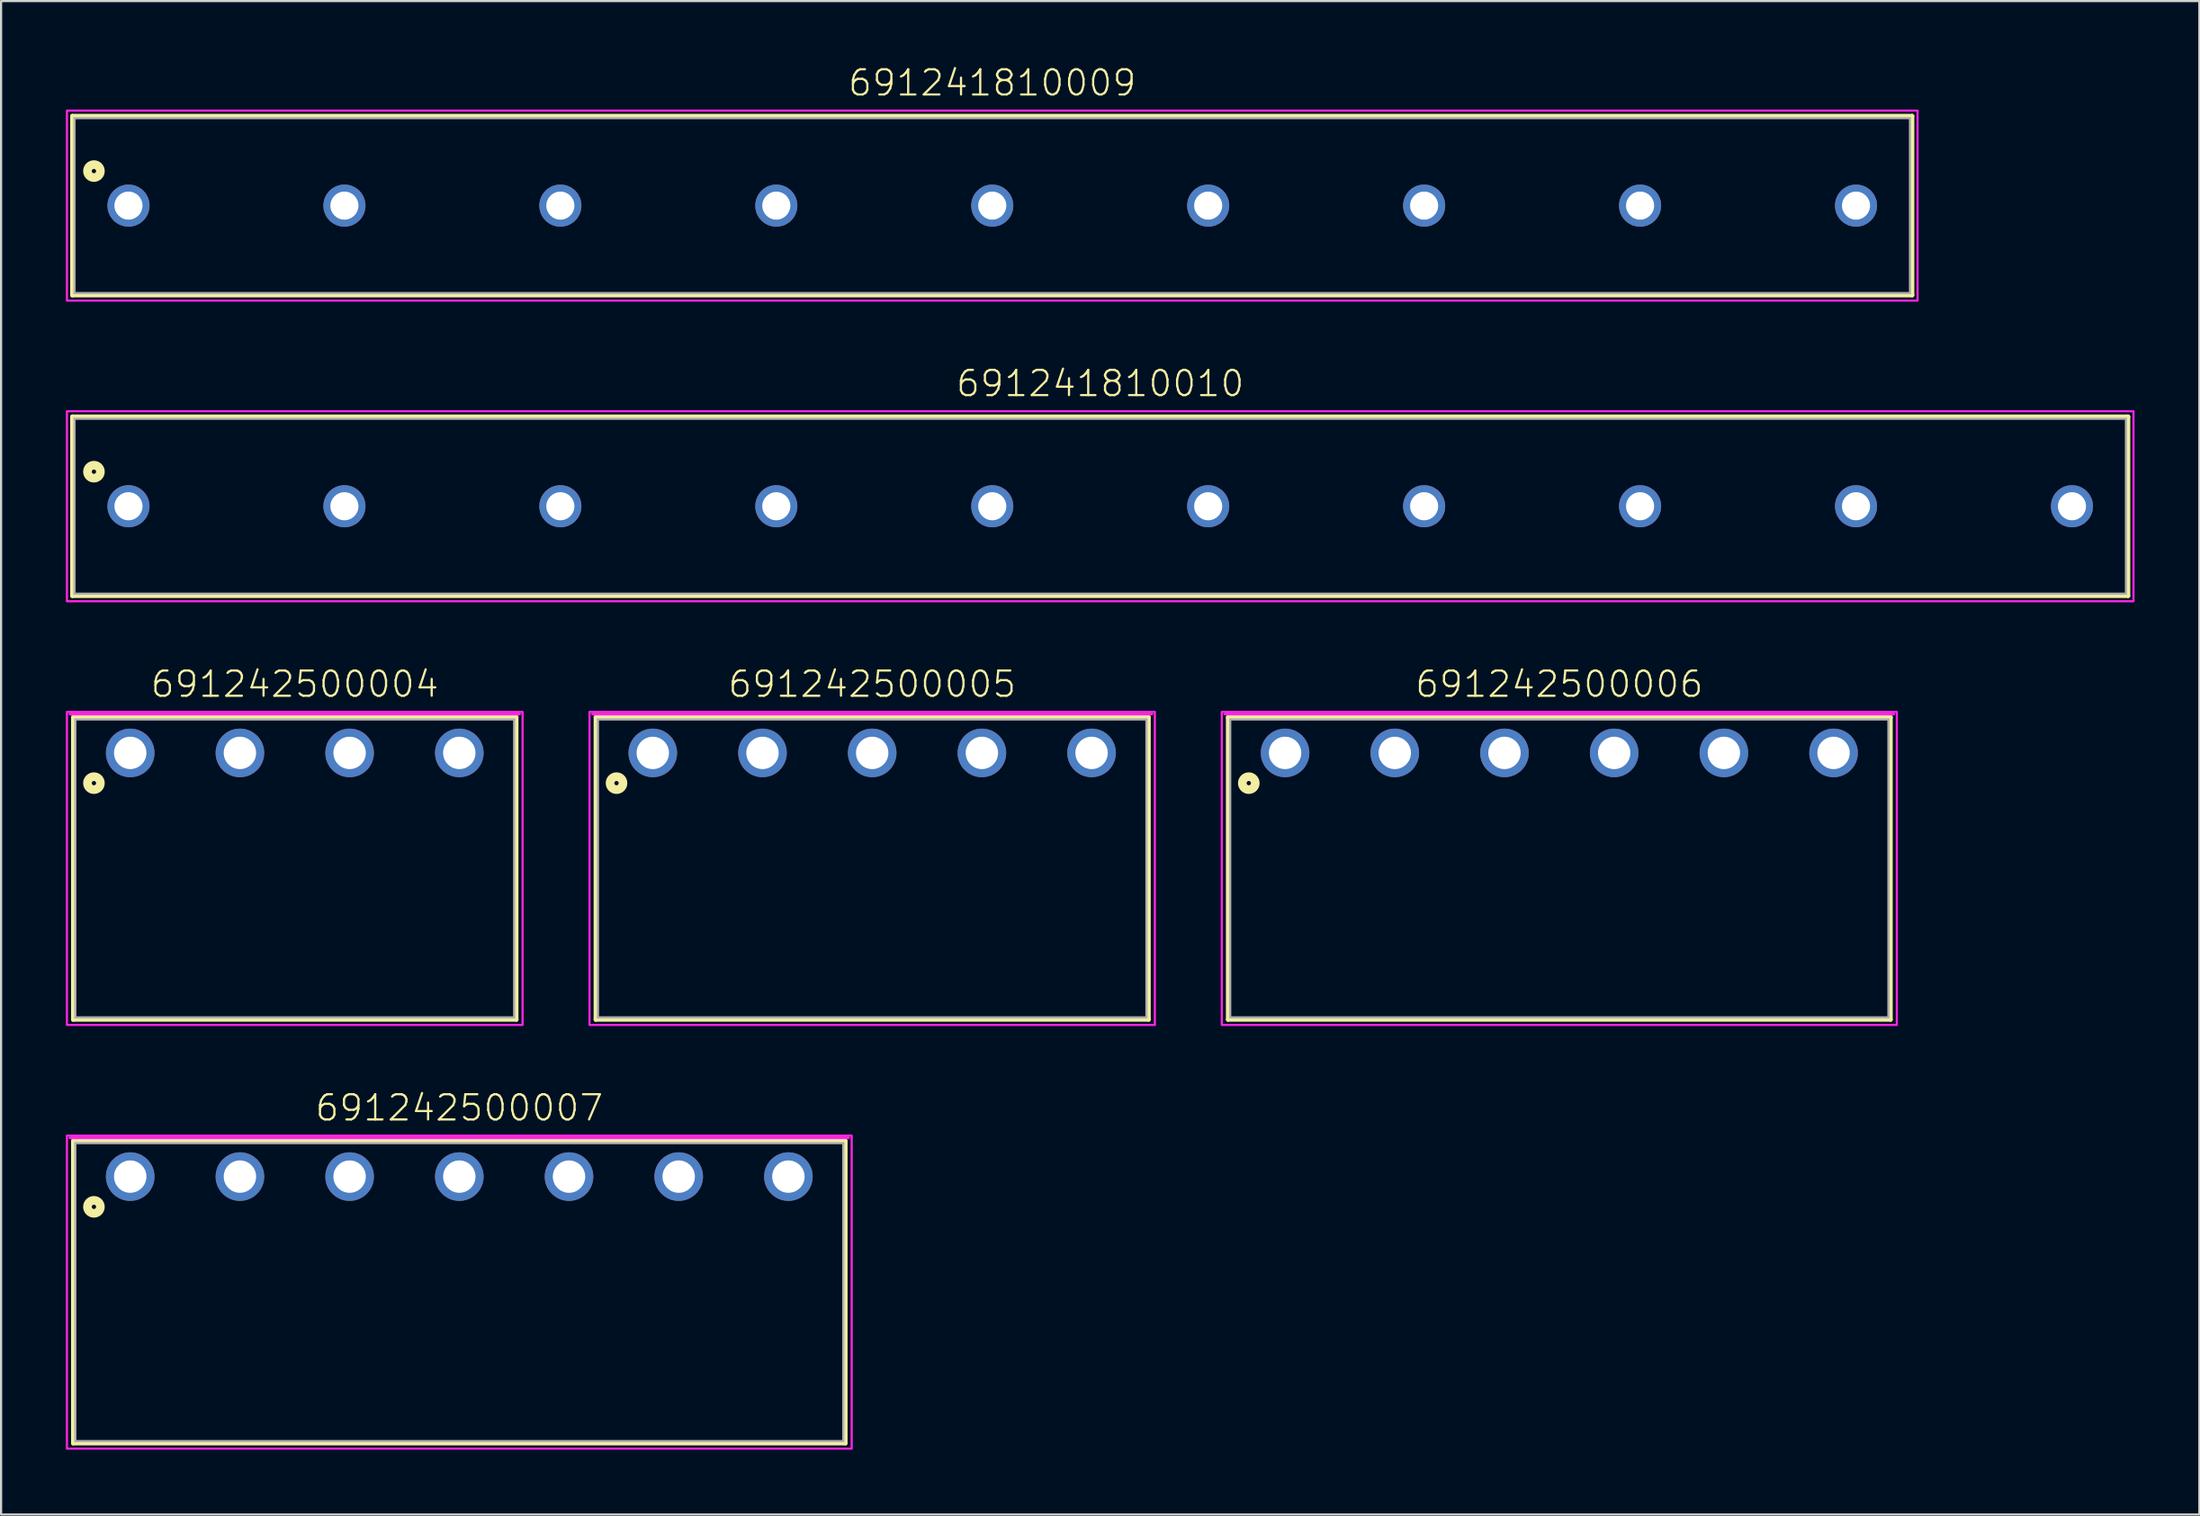
<source format=kicad_pcb>
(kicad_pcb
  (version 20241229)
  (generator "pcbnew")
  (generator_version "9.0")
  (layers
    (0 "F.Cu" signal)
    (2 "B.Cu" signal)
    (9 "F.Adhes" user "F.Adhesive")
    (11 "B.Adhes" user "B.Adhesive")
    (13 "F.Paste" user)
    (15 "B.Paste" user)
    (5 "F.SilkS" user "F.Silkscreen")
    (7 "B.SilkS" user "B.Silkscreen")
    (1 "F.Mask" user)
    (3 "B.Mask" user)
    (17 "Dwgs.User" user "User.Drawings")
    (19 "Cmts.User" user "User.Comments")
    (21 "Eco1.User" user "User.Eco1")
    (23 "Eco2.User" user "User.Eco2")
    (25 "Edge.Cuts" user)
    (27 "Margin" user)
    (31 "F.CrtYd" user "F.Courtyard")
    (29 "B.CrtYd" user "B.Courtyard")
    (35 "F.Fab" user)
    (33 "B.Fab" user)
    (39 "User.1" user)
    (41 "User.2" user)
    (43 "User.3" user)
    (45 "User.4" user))
  (footprint "691241810009"
    (layer "F.Cu")
    (at 42.9 6.473)
    (property "Reference" "691241810009" (at 0 -5 0) (unlocked yes) (layer "F.SilkS") (effects (font (size 1.168 1.168) (thickness 0.102)) (justify bottom)))
    (fp_line (start -42.6 -4.15) (end 42.6 -4.15) (stroke (width 0.2) (type solid)) (layer "F.SilkS"))
    (fp_line (start -42.6 4.15) (end -42.6 -4.15) (stroke (width 0.2) (type solid)) (layer "F.SilkS"))
    (fp_line (start 42.6 -4.15) (end 42.6 4.15) (stroke (width 0.2) (type solid)) (layer "F.SilkS"))
    (fp_line (start 42.6 4.15) (end -42.6 4.15) (stroke (width 0.2) (type solid)) (layer "F.SilkS"))
    (fp_circle (center -41.6 -1.6) (end -41.5 -1.6) (stroke (width 0.4) (type solid)) (fill no) (layer "F.SilkS"))
    (fp_poly (pts (xy 42.85 4.4) (xy -42.85 4.4) (xy -42.85 -4.4) (xy 42.85 -4.4)) (stroke (width 0.1) (type default)) (fill no) (layer "F.CrtYd"))
    (fp_line (start -42.5 -4.05) (end 42.5 -4.05) (stroke (width 0.1) (type solid)) (layer "F.Fab"))
    (fp_line (start -42.5 4.05) (end -42.5 -4.05) (stroke (width 0.1) (type solid)) (layer "F.Fab"))
    (fp_line (start 42.5 -4.05) (end 42.5 4.05) (stroke (width 0.1) (type solid)) (layer "F.Fab"))
    (fp_line (start 42.5 4.05) (end -42.5 4.05) (stroke (width 0.1) (type solid)) (layer "F.Fab"))
    (pad "1" thru_hole circle (at -40 0) (size 1.95 1.95) (drill 1.3) (layers "*.Cu" "*.Mask"))
    (pad "2" thru_hole circle (at -30 0) (size 1.95 1.95) (drill 1.3) (layers "*.Cu" "*.Mask"))
    (pad "3" thru_hole circle (at -20 0) (size 1.95 1.95) (drill 1.3) (layers "*.Cu" "*.Mask"))
    (pad "4" thru_hole circle (at -10 0) (size 1.95 1.95) (drill 1.3) (layers "*.Cu" "*.Mask"))
    (pad "5" thru_hole circle (at 0 0) (size 1.95 1.95) (drill 1.3) (layers "*.Cu" "*.Mask"))
    (pad "6" thru_hole circle (at 10 0) (size 1.95 1.95) (drill 1.3) (layers "*.Cu" "*.Mask"))
    (pad "7" thru_hole circle (at 20 0) (size 1.95 1.95) (drill 1.3) (layers "*.Cu" "*.Mask"))
    (pad "8" thru_hole circle (at 30 0) (size 1.95 1.95) (drill 1.3) (layers "*.Cu" "*.Mask"))
    (pad "9" thru_hole circle (at 40 0) (size 1.95 1.95) (drill 1.3) (layers "*.Cu" "*.Mask")))
  (footprint "691242500006"
    (layer "F.Cu")
    (at 69.16 31.82)
    (property "Reference" "691242500006" (at 0 -2.5 0) (unlocked yes) (layer "F.SilkS") (effects (font (size 1.168 1.168) (thickness 0.102)) (justify bottom)))
    (fp_line (start -15.34 -1.65) (end 15.34 -1.65) (stroke (width 0.2) (type solid)) (layer "F.SilkS"))
    (fp_line (start -15.34 12.35) (end -15.34 -1.65) (stroke (width 0.2) (type solid)) (layer "F.SilkS"))
    (fp_line (start 15.34 -1.65) (end 15.34 12.35) (stroke (width 0.2) (type solid)) (layer "F.SilkS"))
    (fp_line (start 15.34 12.35) (end -15.34 12.35) (stroke (width 0.2) (type solid)) (layer "F.SilkS"))
    (fp_circle (center -14.38 1.4) (end -14.28 1.4) (stroke (width 0.4) (type solid)) (fill no) (layer "F.SilkS"))
    (fp_line (start -15.49 -1.8) (end 15.49 -1.8) (stroke (width 0.127) (type solid)) (layer "F.CrtYd"))
    (fp_poly (pts (xy 15.63 12.6) (xy -15.63 12.6) (xy -15.63 -1.9) (xy 15.63 -1.9)) (stroke (width 0.1) (type default)) (fill no) (layer "F.CrtYd"))
    (fp_line (start -15.24 -1.55) (end 15.24 -1.55) (stroke (width 0.1) (type solid)) (layer "F.Fab"))
    (fp_line (start -15.24 12.25) (end -15.24 -1.55) (stroke (width 0.1) (type solid)) (layer "F.Fab"))
    (fp_line (start 15.24 -1.55) (end 15.24 12.25) (stroke (width 0.1) (type solid)) (layer "F.Fab"))
    (fp_line (start 15.24 12.25) (end -15.24 12.25) (stroke (width 0.1) (type solid)) (layer "F.Fab"))
    (pad "1" thru_hole circle (at -12.7 0) (size 2.25 2.25) (drill 1.5) (layers "*.Cu" "*.Mask"))
    (pad "2" thru_hole circle (at -7.62 0) (size 2.25 2.25) (drill 1.5) (layers "*.Cu" "*.Mask"))
    (pad "3" thru_hole circle (at -2.54 0) (size 2.25 2.25) (drill 1.5) (layers "*.Cu" "*.Mask"))
    (pad "4" thru_hole circle (at 2.54 0) (size 2.25 2.25) (drill 1.5) (layers "*.Cu" "*.Mask"))
    (pad "5" thru_hole circle (at 7.62 0) (size 2.25 2.25) (drill 1.5) (layers "*.Cu" "*.Mask"))
    (pad "6" thru_hole circle (at 12.7 0) (size 2.25 2.25) (drill 1.5) (layers "*.Cu" "*.Mask")))
  (footprint "691242500005"
    (layer "F.Cu")
    (at 37.34 31.82)
    (property "Reference" "691242500005" (at 0 -2.5 0) (unlocked yes) (layer "F.SilkS") (effects (font (size 1.168 1.168) (thickness 0.102)) (justify bottom)))
    (fp_line (start -12.8 -1.65) (end 12.8 -1.65) (stroke (width 0.2) (type solid)) (layer "F.SilkS"))
    (fp_line (start -12.8 12.35) (end -12.8 -1.65) (stroke (width 0.2) (type solid)) (layer "F.SilkS"))
    (fp_line (start 12.8 -1.65) (end 12.8 12.35) (stroke (width 0.2) (type solid)) (layer "F.SilkS"))
    (fp_line (start 12.8 12.35) (end -12.8 12.35) (stroke (width 0.2) (type solid)) (layer "F.SilkS"))
    (fp_circle (center -11.84 1.4) (end -11.74 1.4) (stroke (width 0.4) (type solid)) (fill no) (layer "F.SilkS"))
    (fp_line (start -12.95 -1.8) (end 12.95 -1.8) (stroke (width 0.127) (type solid)) (layer "F.CrtYd"))
    (fp_poly (pts (xy 13.09 12.6) (xy -13.09 12.6) (xy -13.09 -1.9) (xy 13.09 -1.9)) (stroke (width 0.1) (type default)) (fill no) (layer "F.CrtYd"))
    (fp_line (start -12.7 -1.55) (end 12.7 -1.55) (stroke (width 0.1) (type solid)) (layer "F.Fab"))
    (fp_line (start -12.7 12.25) (end -12.7 -1.55) (stroke (width 0.1) (type solid)) (layer "F.Fab"))
    (fp_line (start 12.7 -1.55) (end 12.7 12.25) (stroke (width 0.1) (type solid)) (layer "F.Fab"))
    (fp_line (start 12.7 12.25) (end -12.7 12.25) (stroke (width 0.1) (type solid)) (layer "F.Fab"))
    (pad "1" thru_hole circle (at -10.16 0) (size 2.25 2.25) (drill 1.5) (layers "*.Cu" "*.Mask"))
    (pad "2" thru_hole circle (at -5.08 0) (size 2.25 2.25) (drill 1.5) (layers "*.Cu" "*.Mask"))
    (pad "3" thru_hole circle (at 0 0) (size 2.25 2.25) (drill 1.5) (layers "*.Cu" "*.Mask"))
    (pad "4" thru_hole circle (at 5.08 0) (size 2.25 2.25) (drill 1.5) (layers "*.Cu" "*.Mask"))
    (pad "5" thru_hole circle (at 10.16 0) (size 2.25 2.25) (drill 1.5) (layers "*.Cu" "*.Mask")))
  (footprint "691242500007"
    (layer "F.Cu")
    (at 18.22 51.443)
    (property "Reference" "691242500007" (at 0 -2.5 0) (unlocked yes) (layer "F.SilkS") (effects (font (size 1.168 1.168) (thickness 0.102)) (justify bottom)))
    (fp_line (start -17.88 -1.65) (end 17.88 -1.65) (stroke (width 0.2) (type solid)) (layer "F.SilkS"))
    (fp_line (start -17.88 12.35) (end -17.88 -1.65) (stroke (width 0.2) (type solid)) (layer "F.SilkS"))
    (fp_line (start 17.88 -1.65) (end 17.88 12.35) (stroke (width 0.2) (type solid)) (layer "F.SilkS"))
    (fp_line (start 17.88 12.35) (end -17.88 12.35) (stroke (width 0.2) (type solid)) (layer "F.SilkS"))
    (fp_circle (center -16.92 1.4) (end -16.82 1.4) (stroke (width 0.4) (type solid)) (fill no) (layer "F.SilkS"))
    (fp_line (start -18.03 -1.8) (end 18.03 -1.8) (stroke (width 0.127) (type solid)) (layer "F.CrtYd"))
    (fp_poly (pts (xy 18.17 12.6) (xy -18.17 12.6) (xy -18.17 -1.9) (xy 18.17 -1.9)) (stroke (width 0.1) (type default)) (fill no) (layer "F.CrtYd"))
    (fp_line (start -17.78 -1.55) (end 17.78 -1.55) (stroke (width 0.1) (type solid)) (layer "F.Fab"))
    (fp_line (start -17.78 12.25) (end -17.78 -1.55) (stroke (width 0.1) (type solid)) (layer "F.Fab"))
    (fp_line (start 17.78 -1.55) (end 17.78 12.25) (stroke (width 0.1) (type solid)) (layer "F.Fab"))
    (fp_line (start 17.78 12.25) (end -17.78 12.25) (stroke (width 0.1) (type solid)) (layer "F.Fab"))
    (pad "1" thru_hole circle (at -15.24 0) (size 2.25 2.25) (drill 1.5) (layers "*.Cu" "*.Mask"))
    (pad "2" thru_hole circle (at -10.16 0) (size 2.25 2.25) (drill 1.5) (layers "*.Cu" "*.Mask"))
    (pad "3" thru_hole circle (at -5.08 0) (size 2.25 2.25) (drill 1.5) (layers "*.Cu" "*.Mask"))
    (pad "4" thru_hole circle (at 0 0) (size 2.25 2.25) (drill 1.5) (layers "*.Cu" "*.Mask"))
    (pad "5" thru_hole circle (at 5.08 0) (size 2.25 2.25) (drill 1.5) (layers "*.Cu" "*.Mask"))
    (pad "6" thru_hole circle (at 10.16 0) (size 2.25 2.25) (drill 1.5) (layers "*.Cu" "*.Mask"))
    (pad "7" thru_hole circle (at 15.24 0) (size 2.25 2.25) (drill 1.5) (layers "*.Cu" "*.Mask")))
  (footprint "691242500004"
    (layer "F.Cu")
    (at 10.6 31.82)
    (property "Reference" "691242500004" (at 0 -2.5 0) (unlocked yes) (layer "F.SilkS") (effects (font (size 1.168 1.168) (thickness 0.102)) (justify bottom)))
    (fp_line (start -10.26 -1.65) (end 10.26 -1.65) (stroke (width 0.2) (type solid)) (layer "F.SilkS"))
    (fp_line (start -10.26 12.35) (end -10.26 -1.65) (stroke (width 0.2) (type solid)) (layer "F.SilkS"))
    (fp_line (start 10.26 -1.65) (end 10.26 12.35) (stroke (width 0.2) (type solid)) (layer "F.SilkS"))
    (fp_line (start 10.26 12.35) (end -10.26 12.35) (stroke (width 0.2) (type solid)) (layer "F.SilkS"))
    (fp_circle (center -9.3 1.4) (end -9.2 1.4) (stroke (width 0.4) (type solid)) (fill no) (layer "F.SilkS"))
    (fp_line (start -10.41 -1.8) (end 10.41 -1.8) (stroke (width 0.127) (type solid)) (layer "F.CrtYd"))
    (fp_poly (pts (xy 10.55 12.6) (xy -10.55 12.6) (xy -10.55 -1.9) (xy 10.55 -1.9)) (stroke (width 0.1) (type default)) (fill no) (layer "F.CrtYd"))
    (fp_line (start -10.16 -1.55) (end 10.16 -1.55) (stroke (width 0.1) (type solid)) (layer "F.Fab"))
    (fp_line (start -10.16 12.25) (end -10.16 -1.55) (stroke (width 0.1) (type solid)) (layer "F.Fab"))
    (fp_line (start 10.16 -1.55) (end 10.16 12.25) (stroke (width 0.1) (type solid)) (layer "F.Fab"))
    (fp_line (start 10.16 12.25) (end -10.16 12.25) (stroke (width 0.1) (type solid)) (layer "F.Fab"))
    (pad "1" thru_hole circle (at -7.62 0) (size 2.25 2.25) (drill 1.5) (layers "*.Cu" "*.Mask"))
    (pad "2" thru_hole circle (at -2.54 0) (size 2.25 2.25) (drill 1.5) (layers "*.Cu" "*.Mask"))
    (pad "3" thru_hole circle (at 2.54 0) (size 2.25 2.25) (drill 1.5) (layers "*.Cu" "*.Mask"))
    (pad "4" thru_hole circle (at 7.62 0) (size 2.25 2.25) (drill 1.5) (layers "*.Cu" "*.Mask")))
  (footprint "691241810010"
    (layer "F.Cu")
    (at 47.9 20.396)
    (property "Reference" "691241810010" (at 0 -5 0) (unlocked yes) (layer "F.SilkS") (effects (font (size 1.168 1.168) (thickness 0.102)) (justify bottom)))
    (fp_line (start -47.6 -4.15) (end 47.6 -4.15) (stroke (width 0.2) (type solid)) (layer "F.SilkS"))
    (fp_line (start -47.6 4.15) (end -47.6 -4.15) (stroke (width 0.2) (type solid)) (layer "F.SilkS"))
    (fp_line (start 47.6 -4.15) (end 47.6 4.15) (stroke (width 0.2) (type solid)) (layer "F.SilkS"))
    (fp_line (start 47.6 4.15) (end -47.6 4.15) (stroke (width 0.2) (type solid)) (layer "F.SilkS"))
    (fp_circle (center -46.6 -1.6) (end -46.5 -1.6) (stroke (width 0.4) (type solid)) (fill no) (layer "F.SilkS"))
    (fp_poly (pts (xy 47.85 4.4) (xy -47.85 4.4) (xy -47.85 -4.4) (xy 47.85 -4.4)) (stroke (width 0.1) (type default)) (fill no) (layer "F.CrtYd"))
    (fp_line (start -47.5 -4.05) (end 47.5 -4.05) (stroke (width 0.1) (type solid)) (layer "F.Fab"))
    (fp_line (start -47.5 4.05) (end -47.5 -4.05) (stroke (width 0.1) (type solid)) (layer "F.Fab"))
    (fp_line (start 47.5 -4.05) (end 47.5 4.05) (stroke (width 0.1) (type solid)) (layer "F.Fab"))
    (fp_line (start 47.5 4.05) (end -47.5 4.05) (stroke (width 0.1) (type solid)) (layer "F.Fab"))
    (pad "1" thru_hole circle (at -45 0) (size 1.95 1.95) (drill 1.3) (layers "*.Cu" "*.Mask"))
    (pad "2" thru_hole circle (at -35 0) (size 1.95 1.95) (drill 1.3) (layers "*.Cu" "*.Mask"))
    (pad "3" thru_hole circle (at -25 0) (size 1.95 1.95) (drill 1.3) (layers "*.Cu" "*.Mask"))
    (pad "4" thru_hole circle (at -15 0) (size 1.95 1.95) (drill 1.3) (layers "*.Cu" "*.Mask"))
    (pad "5" thru_hole circle (at -5 0) (size 1.95 1.95) (drill 1.3) (layers "*.Cu" "*.Mask"))
    (pad "6" thru_hole circle (at 5 0) (size 1.95 1.95) (drill 1.3) (layers "*.Cu" "*.Mask"))
    (pad "7" thru_hole circle (at 15 0) (size 1.95 1.95) (drill 1.3) (layers "*.Cu" "*.Mask"))
    (pad "8" thru_hole circle (at 25 0) (size 1.95 1.95) (drill 1.3) (layers "*.Cu" "*.Mask"))
    (pad "9" thru_hole circle (at 35 0) (size 1.95 1.95) (drill 1.3) (layers "*.Cu" "*.Mask"))
    (pad "10" thru_hole circle (at 45 0) (size 1.95 1.95) (drill 1.3) (layers "*.Cu" "*.Mask")))
  (gr_rect
    (start -3 -3)
    (end 98.8 67.093)
    (stroke (width 0.1) (type default))
    (fill no)
    (layer "Edge.Cuts")))
</source>
